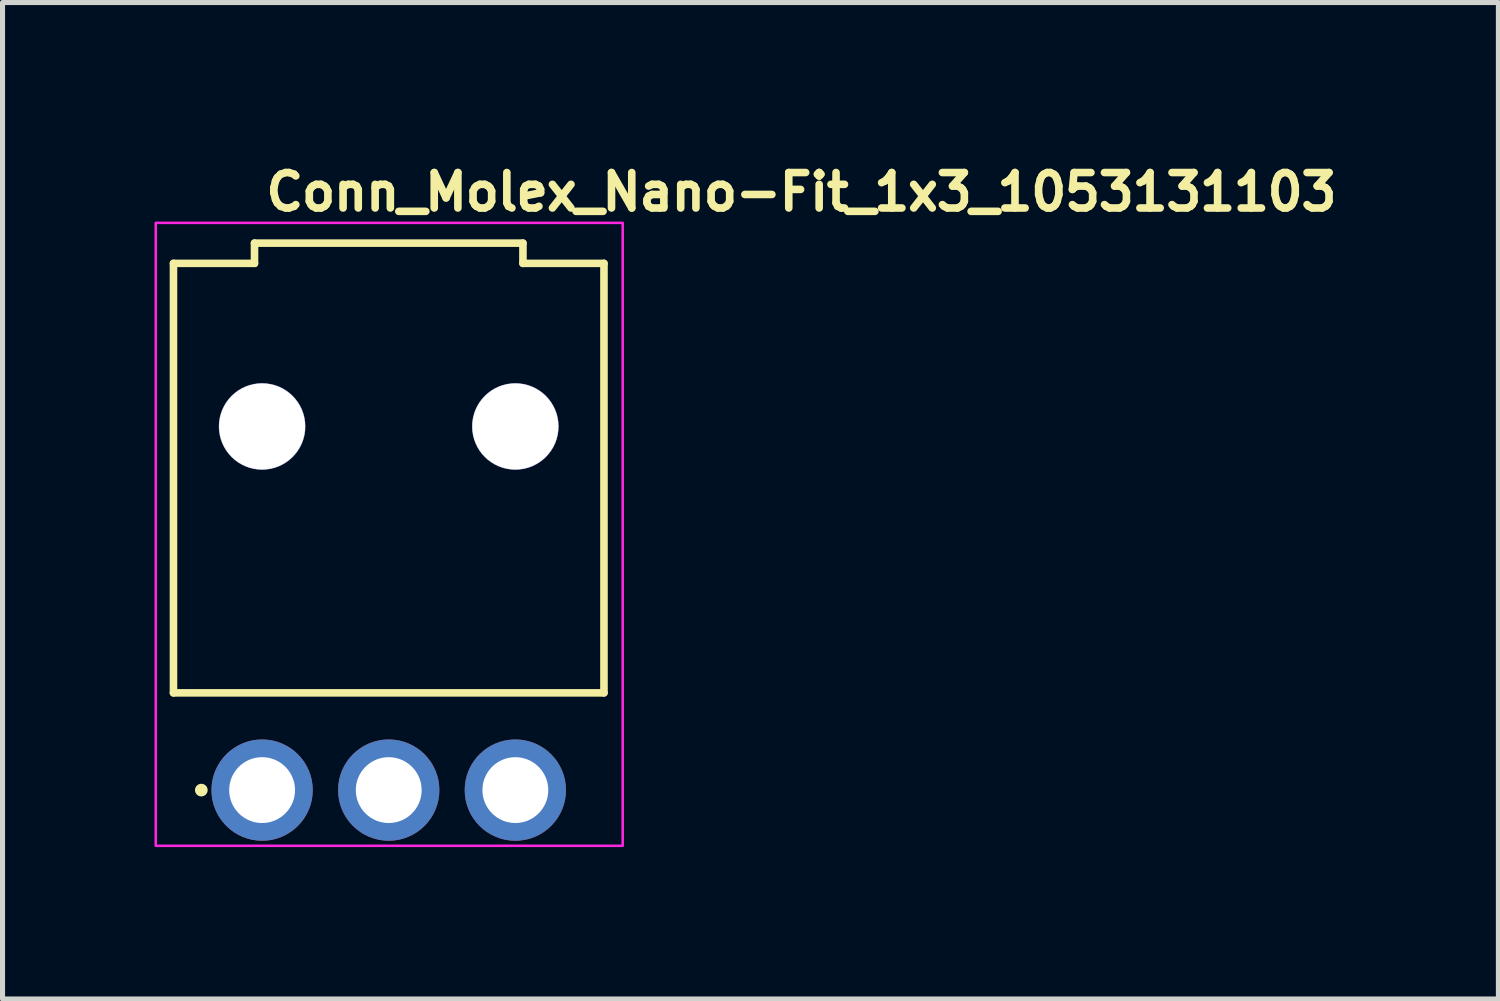
<source format=kicad_pcb>
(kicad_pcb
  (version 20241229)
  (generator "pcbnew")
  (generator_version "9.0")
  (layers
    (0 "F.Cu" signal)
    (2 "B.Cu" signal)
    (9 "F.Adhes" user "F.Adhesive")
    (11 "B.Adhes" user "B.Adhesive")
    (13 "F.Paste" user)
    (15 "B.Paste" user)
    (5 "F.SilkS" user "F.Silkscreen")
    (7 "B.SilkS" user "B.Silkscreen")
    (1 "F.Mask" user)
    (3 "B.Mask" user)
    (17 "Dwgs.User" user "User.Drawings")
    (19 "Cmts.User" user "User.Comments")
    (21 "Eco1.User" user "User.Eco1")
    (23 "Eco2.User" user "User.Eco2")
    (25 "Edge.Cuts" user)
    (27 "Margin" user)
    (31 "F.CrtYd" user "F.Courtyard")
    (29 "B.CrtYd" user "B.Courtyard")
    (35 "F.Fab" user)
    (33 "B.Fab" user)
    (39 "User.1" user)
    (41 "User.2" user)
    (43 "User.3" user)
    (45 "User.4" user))
  (footprint "Conn_Molex_Nano-Fit_1x3_1053131103"
    (layer "F.Cu")
    (at 2.125 12.55)
    (property "Reference" "Conn_Molex_Nano-Fit_1x3_1053131103" (at 0 -11.4 0) (layer "F.SilkS") (effects (font (size 0.7 0.7) (thickness 0.15)) (justify left bottom)))
    (attr through_hole)
    (fp_line (start -1.75 -1.92) (end -1.75 -10.4) (stroke (width 0.15) (type solid)) (layer "F.SilkS"))
    (fp_line (start -0.15 -10.8) (end -0.15 -10.4) (stroke (width 0.15) (type solid)) (layer "F.SilkS"))
    (fp_line (start -0.15 -10.4) (end -1.75 -10.4) (stroke (width 0.15) (type solid)) (layer "F.SilkS"))
    (fp_line (start 5.15 -10.8) (end -0.15 -10.8) (stroke (width 0.15) (type solid)) (layer "F.SilkS"))
    (fp_line (start 5.15 -10.8) (end 5.15 -10.4) (stroke (width 0.15) (type solid)) (layer "F.SilkS"))
    (fp_line (start 6.75 -10.4) (end 5.15 -10.4) (stroke (width 0.15) (type solid)) (layer "F.SilkS"))
    (fp_line (start 6.75 -1.92) (end -1.75 -1.92) (stroke (width 0.15) (type solid)) (layer "F.SilkS"))
    (fp_line (start 6.75 -1.92) (end 6.75 -10.4) (stroke (width 0.15) (type solid)) (layer "F.SilkS"))
    (fp_circle (center -1.2 0) (end -1.25 0) (stroke (width 0.15) (type solid)) (fill yes) (layer "F.SilkS"))
    (fp_rect (start 7.12 1.1) (end -2.1 -11.2) (stroke (width 0.05) (type solid)) (fill no) (layer "F.CrtYd"))
    (fp_rect (start 6.72 0.6) (end -1.719 -11.84) (stroke (width 0.1) (type solid)) (fill no) (layer "User.5"))
    (fp_line (start -1.719 -10.38) (end -1.719 -1.92) (stroke (width 0.02) (type solid)) (layer "User.9"))
    (fp_line (start -1.719 -1.92) (end 6.72 -1.92) (stroke (width 0.02) (type solid)) (layer "User.9"))
    (fp_line (start -0.6 0) (end -0.597 -0.038) (stroke (width 0.02) (type solid)) (layer "User.9"))
    (fp_line (start -0.599 0.03) (end -0.6 0) (stroke (width 0.02) (type solid)) (layer "User.9"))
    (fp_line (start -0.597 -0.038) (end -0.595 -0.076) (stroke (width 0.02) (type solid)) (layer "User.9"))
    (fp_line (start -0.596 0.061) (end -0.599 0.03) (stroke (width 0.02) (type solid)) (layer "User.9"))
    (fp_line (start -0.595 -0.076) (end -0.588 -0.114) (stroke (width 0.02) (type solid)) (layer "User.9"))
    (fp_line (start -0.593 0.091) (end -0.596 0.061) (stroke (width 0.02) (type solid)) (layer "User.9"))
    (fp_line (start -0.588 -0.114) (end -0.58 -0.151) (stroke (width 0.02) (type solid)) (layer "User.9"))
    (fp_line (start -0.587 0.12) (end -0.593 0.091) (stroke (width 0.02) (type solid)) (layer "User.9"))
    (fp_line (start -0.581 0.149) (end -0.587 0.12) (stroke (width 0.02) (type solid)) (layer "User.9"))
    (fp_line (start -0.58 -0.151) (end -0.568 -0.187) (stroke (width 0.02) (type solid)) (layer "User.9"))
    (fp_line (start -0.572 0.178) (end -0.581 0.149) (stroke (width 0.02) (type solid)) (layer "User.9"))
    (fp_line (start -0.568 -0.187) (end -0.556 -0.223) (stroke (width 0.02) (type solid)) (layer "User.9"))
    (fp_line (start -0.563 0.206) (end -0.572 0.178) (stroke (width 0.02) (type solid)) (layer "User.9"))
    (fp_line (start -0.556 -0.223) (end -0.54 -0.257) (stroke (width 0.02) (type solid)) (layer "User.9"))
    (fp_line (start -0.552 0.233) (end -0.563 0.206) (stroke (width 0.02) (type solid)) (layer "User.9"))
    (fp_line (start -0.54 -0.257) (end -0.524 -0.291) (stroke (width 0.02) (type solid)) (layer "User.9"))
    (fp_line (start -0.54 0.26) (end -0.552 0.233) (stroke (width 0.02) (type solid)) (layer "User.9"))
    (fp_line (start -0.527 0.285) (end -0.54 0.26) (stroke (width 0.02) (type solid)) (layer "User.9"))
    (fp_line (start -0.524 -0.291) (end -0.504 -0.323) (stroke (width 0.02) (type solid)) (layer "User.9"))
    (fp_line (start -0.512 0.311) (end -0.527 0.285) (stroke (width 0.02) (type solid)) (layer "User.9"))
    (fp_line (start -0.504 -0.323) (end -0.484 -0.354) (stroke (width 0.02) (type solid)) (layer "User.9"))
    (fp_line (start -0.496 0.335) (end -0.512 0.311) (stroke (width 0.02) (type solid)) (layer "User.9"))
    (fp_line (start -0.484 -0.354) (end -0.459 -0.384) (stroke (width 0.02) (type solid)) (layer "User.9"))
    (fp_line (start -0.48 0.358) (end -0.496 0.335) (stroke (width 0.02) (type solid)) (layer "User.9"))
    (fp_line (start -0.462 0.381) (end -0.48 0.358) (stroke (width 0.02) (type solid)) (layer "User.9"))
    (fp_line (start -0.459 -0.384) (end -0.435 -0.412) (stroke (width 0.02) (type solid)) (layer "User.9"))
    (fp_line (start -0.443 0.403) (end -0.462 0.381) (stroke (width 0.02) (type solid)) (layer "User.9"))
    (fp_line (start -0.435 -0.412) (end -0.407 -0.439) (stroke (width 0.02) (type solid)) (layer "User.9"))
    (fp_line (start -0.423 0.424) (end -0.443 0.403) (stroke (width 0.02) (type solid)) (layer "User.9"))
    (fp_line (start -0.407 -0.439) (end -0.379 -0.464) (stroke (width 0.02) (type solid)) (layer "User.9"))
    (fp_line (start -0.403 0.443) (end -0.423 0.424) (stroke (width 0.02) (type solid)) (layer "User.9"))
    (fp_line (start -0.381 0.462) (end -0.403 0.443) (stroke (width 0.02) (type solid)) (layer "User.9"))
    (fp_line (start -0.379 -0.464) (end -0.349 -0.487) (stroke (width 0.02) (type solid)) (layer "User.9"))
    (fp_line (start -0.358 0.48) (end -0.381 0.462) (stroke (width 0.02) (type solid)) (layer "User.9"))
    (fp_line (start -0.349 -0.487) (end -0.317 -0.509) (stroke (width 0.02) (type solid)) (layer "User.9"))
    (fp_line (start -0.334 0.497) (end -0.358 0.48) (stroke (width 0.02) (type solid)) (layer "User.9"))
    (fp_line (start -0.317 -0.617) (end -0.317 -1.92) (stroke (width 0.02) (type solid)) (layer "User.9"))
    (fp_line (start -0.317 0.043) (end -0.317 -0.617) (stroke (width 0.02) (type solid)) (layer "User.9"))
    (fp_line (start -0.317 0.043) (end -0.317 0.043) (stroke (width 0.02) (type solid)) (layer "User.9"))
    (fp_line (start -0.317 0.113) (end -0.317 0.043) (stroke (width 0.02) (type solid)) (layer "User.9"))
    (fp_line (start -0.317 0.113) (end -0.317 0.113) (stroke (width 0.02) (type solid)) (layer "User.9"))
    (fp_line (start -0.317 0.174) (end -0.317 0.113) (stroke (width 0.02) (type solid)) (layer "User.9"))
    (fp_line (start -0.317 0.174) (end -0.317 0.174) (stroke (width 0.02) (type solid)) (layer "User.9"))
    (fp_line (start -0.317 0.224) (end -0.317 0.174) (stroke (width 0.02) (type solid)) (layer "User.9"))
    (fp_line (start -0.317 0.224) (end -0.317 0.224) (stroke (width 0.02) (type solid)) (layer "User.9"))
    (fp_line (start -0.317 0.265) (end -0.317 0.224) (stroke (width 0.02) (type solid)) (layer "User.9"))
    (fp_line (start -0.317 0.265) (end -0.317 0.265) (stroke (width 0.02) (type solid)) (layer "User.9"))
    (fp_line (start -0.317 0.294) (end -0.317 0.265) (stroke (width 0.02) (type solid)) (layer "User.9"))
    (fp_line (start -0.317 0.294) (end -0.317 0.294) (stroke (width 0.02) (type solid)) (layer "User.9"))
    (fp_line (start -0.317 0.311) (end -0.317 0.294) (stroke (width 0.02) (type solid)) (layer "User.9"))
    (fp_line (start -0.317 0.311) (end -0.317 0.311) (stroke (width 0.02) (type solid)) (layer "User.9"))
    (fp_line (start -0.317 0.317) (end -0.317 0.311) (stroke (width 0.02) (type solid)) (layer "User.9"))
    (fp_line (start -0.31 0.512) (end -0.334 0.497) (stroke (width 0.02) (type solid)) (layer "User.9"))
    (fp_line (start -0.285 0.527) (end -0.31 0.512) (stroke (width 0.02) (type solid)) (layer "User.9"))
    (fp_line (start -0.26 0.54) (end -0.285 0.527) (stroke (width 0.02) (type solid)) (layer "User.9"))
    (fp_line (start -0.233 0.552) (end -0.26 0.54) (stroke (width 0.02) (type solid)) (layer "User.9"))
    (fp_line (start -0.205 0.563) (end -0.233 0.552) (stroke (width 0.02) (type solid)) (layer "User.9"))
    (fp_line (start -0.177 0.572) (end -0.205 0.563) (stroke (width 0.02) (type solid)) (layer "User.9"))
    (fp_line (start -0.149 0.58) (end -0.177 0.572) (stroke (width 0.02) (type solid)) (layer "User.9"))
    (fp_line (start -0.12 0.587) (end -0.149 0.58) (stroke (width 0.02) (type solid)) (layer "User.9"))
    (fp_line (start -0.1 -11.84) (end 0.149 -11.84) (stroke (width 0.02) (type solid)) (layer "User.9"))
    (fp_line (start -0.1 -10.38) (end -1.719 -10.38) (stroke (width 0.02) (type solid)) (layer "User.9"))
    (fp_line (start -0.1 -5.63) (end -0.1 -11.84) (stroke (width 0.02) (type solid)) (layer "User.9"))
    (fp_line (start -0.1 -5.63) (end -0.099 -5.617) (stroke (width 0.02) (type solid)) (layer "User.9"))
    (fp_line (start -0.1 -5.63) (end 0.149 -5.63) (stroke (width 0.02) (type solid)) (layer "User.9"))
    (fp_line (start -0.099 -5.617) (end -0.097 -5.605) (stroke (width 0.02) (type solid)) (layer "User.9"))
    (fp_line (start -0.097 -5.605) (end -0.096 -5.593) (stroke (width 0.02) (type solid)) (layer "User.9"))
    (fp_line (start -0.096 -5.593) (end -0.095 -5.581) (stroke (width 0.02) (type solid)) (layer "User.9"))
    (fp_line (start -0.095 -5.581) (end -0.092 -5.569) (stroke (width 0.02) (type solid)) (layer "User.9"))
    (fp_line (start -0.092 -5.569) (end -0.088 -5.557) (stroke (width 0.02) (type solid)) (layer "User.9"))
    (fp_line (start -0.091 0.592) (end -0.12 0.587) (stroke (width 0.02) (type solid)) (layer "User.9"))
    (fp_line (start -0.088 -5.557) (end -0.084 -5.545) (stroke (width 0.02) (type solid)) (layer "User.9"))
    (fp_line (start -0.084 -5.545) (end -0.08 -5.534) (stroke (width 0.02) (type solid)) (layer "User.9"))
    (fp_line (start -0.08 -5.534) (end -0.076 -5.523) (stroke (width 0.02) (type solid)) (layer "User.9"))
    (fp_line (start -0.076 -5.523) (end -0.069 -5.512) (stroke (width 0.02) (type solid)) (layer "User.9"))
    (fp_line (start -0.069 -5.512) (end -0.064 -5.501) (stroke (width 0.02) (type solid)) (layer "User.9"))
    (fp_line (start -0.064 -5.501) (end -0.056 -5.491) (stroke (width 0.02) (type solid)) (layer "User.9"))
    (fp_line (start -0.06 0.596) (end -0.091 0.592) (stroke (width 0.02) (type solid)) (layer "User.9"))
    (fp_line (start -0.056 -5.491) (end -0.05 -5.481) (stroke (width 0.02) (type solid)) (layer "User.9"))
    (fp_line (start -0.05 -5.481) (end -0.043 -5.471) (stroke (width 0.02) (type solid)) (layer "User.9"))
    (fp_line (start -0.043 -5.471) (end -0.035 -5.462) (stroke (width 0.02) (type solid)) (layer "User.9"))
    (fp_line (start -0.035 -5.462) (end -0.026 -5.453) (stroke (width 0.02) (type solid)) (layer "User.9"))
    (fp_line (start -0.03 0.599) (end -0.06 0.596) (stroke (width 0.02) (type solid)) (layer "User.9"))
    (fp_line (start -0.026 -5.453) (end -0.026 -5.453) (stroke (width 0.02) (type solid)) (layer "User.9"))
    (fp_line (start -0.026 -5.453) (end -0.016 -5.444) (stroke (width 0.02) (type solid)) (layer "User.9"))
    (fp_line (start -0.016 -5.444) (end -0.008 -5.436) (stroke (width 0.02) (type solid)) (layer "User.9"))
    (fp_line (start -0.008 -5.436) (end 0.001 -5.429) (stroke (width 0.02) (type solid)) (layer "User.9"))
    (fp_line (start 0 0.599) (end -0.03 0.599) (stroke (width 0.02) (type solid)) (layer "User.9"))
    (fp_line (start 0 0.599) (end 0 0.599) (stroke (width 0.02) (type solid)) (layer "User.9"))
    (fp_line (start 0.001 -5.429) (end 0.012 -5.422) (stroke (width 0.02) (type solid)) (layer "User.9"))
    (fp_line (start 0.012 -5.422) (end 0.021 -5.415) (stroke (width 0.02) (type solid)) (layer "User.9"))
    (fp_line (start 0.021 -5.415) (end 0.032 -5.409) (stroke (width 0.02) (type solid)) (layer "User.9"))
    (fp_line (start 0.031 0.599) (end 0 0.599) (stroke (width 0.02) (type solid)) (layer "User.9"))
    (fp_line (start 0.032 -5.409) (end 0.044 -5.403) (stroke (width 0.02) (type solid)) (layer "User.9"))
    (fp_line (start 0.044 -5.403) (end 0.055 -5.399) (stroke (width 0.02) (type solid)) (layer "User.9"))
    (fp_line (start 0.055 -5.399) (end 0.065 -5.394) (stroke (width 0.02) (type solid)) (layer "User.9"))
    (fp_line (start 0.061 0.596) (end 0.031 0.599) (stroke (width 0.02) (type solid)) (layer "User.9"))
    (fp_line (start 0.065 -5.394) (end 0.077 -5.39) (stroke (width 0.02) (type solid)) (layer "User.9"))
    (fp_line (start 0.077 -5.39) (end 0.089 -5.387) (stroke (width 0.02) (type solid)) (layer "User.9"))
    (fp_line (start 0.089 -5.387) (end 0.1 -5.384) (stroke (width 0.02) (type solid)) (layer "User.9"))
    (fp_line (start 0.092 0.592) (end 0.061 0.596) (stroke (width 0.02) (type solid)) (layer "User.9"))
    (fp_line (start 0.1 -5.384) (end 0.113 -5.382) (stroke (width 0.02) (type solid)) (layer "User.9"))
    (fp_line (start 0.113 -5.382) (end 0.125 -5.381) (stroke (width 0.02) (type solid)) (layer "User.9"))
    (fp_line (start 0.121 0.587) (end 0.092 0.592) (stroke (width 0.02) (type solid)) (layer "User.9"))
    (fp_line (start 0.125 -5.381) (end 0.137 -5.38) (stroke (width 0.02) (type solid)) (layer "User.9"))
    (fp_line (start 0.137 -5.38) (end 0.149 -5.38) (stroke (width 0.02) (type solid)) (layer "User.9"))
    (fp_line (start 0.149 0.58) (end 0.121 0.587) (stroke (width 0.02) (type solid)) (layer "User.9"))
    (fp_line (start 0.178 0.572) (end 0.149 0.58) (stroke (width 0.02) (type solid)) (layer "User.9"))
    (fp_line (start 0.206 0.563) (end 0.178 0.572) (stroke (width 0.02) (type solid)) (layer "User.9"))
    (fp_line (start 0.233 0.552) (end 0.206 0.563) (stroke (width 0.02) (type solid)) (layer "User.9"))
    (fp_line (start 0.261 0.54) (end 0.233 0.552) (stroke (width 0.02) (type solid)) (layer "User.9"))
    (fp_line (start 0.286 0.527) (end 0.261 0.54) (stroke (width 0.02) (type solid)) (layer "User.9"))
    (fp_line (start 0.311 0.512) (end 0.286 0.527) (stroke (width 0.02) (type solid)) (layer "User.9"))
    (fp_line (start 0.318 -0.617) (end 0.318 -1.92) (stroke (width 0.02) (type solid)) (layer "User.9"))
    (fp_line (start 0.318 -0.509) (end 0.334 -0.498) (stroke (width 0.02) (type solid)) (layer "User.9"))
    (fp_line (start 0.318 0.043) (end 0.318 -0.617) (stroke (width 0.02) (type solid)) (layer "User.9"))
    (fp_line (start 0.318 0.043) (end 0.318 0.043) (stroke (width 0.02) (type solid)) (layer "User.9"))
    (fp_line (start 0.318 0.113) (end 0.318 0.043) (stroke (width 0.02) (type solid)) (layer "User.9"))
    (fp_line (start 0.318 0.113) (end 0.318 0.113) (stroke (width 0.02) (type solid)) (layer "User.9"))
    (fp_line (start 0.318 0.174) (end 0.318 0.113) (stroke (width 0.02) (type solid)) (layer "User.9"))
    (fp_line (start 0.318 0.174) (end 0.318 0.174) (stroke (width 0.02) (type solid)) (layer "User.9"))
    (fp_line (start 0.318 0.224) (end 0.318 0.174) (stroke (width 0.02) (type solid)) (layer "User.9"))
    (fp_line (start 0.318 0.224) (end 0.318 0.224) (stroke (width 0.02) (type solid)) (layer "User.9"))
    (fp_line (start 0.318 0.265) (end 0.318 0.224) (stroke (width 0.02) (type solid)) (layer "User.9"))
    (fp_line (start 0.318 0.265) (end 0.318 0.265) (stroke (width 0.02) (type solid)) (layer "User.9"))
    (fp_line (start 0.318 0.294) (end 0.318 0.265) (stroke (width 0.02) (type solid)) (layer "User.9"))
    (fp_line (start 0.318 0.294) (end 0.318 0.294) (stroke (width 0.02) (type solid)) (layer "User.9"))
    (fp_line (start 0.318 0.311) (end 0.318 0.294) (stroke (width 0.02) (type solid)) (layer "User.9"))
    (fp_line (start 0.318 0.311) (end 0.318 0.311) (stroke (width 0.02) (type solid)) (layer "User.9"))
    (fp_line (start 0.318 0.317) (end -0.317 0.317) (stroke (width 0.02) (type solid)) (layer "User.9"))
    (fp_line (start 0.318 0.317) (end 0.318 0.311) (stroke (width 0.02) (type solid)) (layer "User.9"))
    (fp_line (start 0.334 -0.498) (end 0.35 -0.487) (stroke (width 0.02) (type solid)) (layer "User.9"))
    (fp_line (start 0.335 0.497) (end 0.311 0.512) (stroke (width 0.02) (type solid)) (layer "User.9"))
    (fp_line (start 0.35 -0.487) (end 0.366 -0.476) (stroke (width 0.02) (type solid)) (layer "User.9"))
    (fp_line (start 0.359 0.48) (end 0.335 0.497) (stroke (width 0.02) (type solid)) (layer "User.9"))
    (fp_line (start 0.366 -0.476) (end 0.38 -0.464) (stroke (width 0.02) (type solid)) (layer "User.9"))
    (fp_line (start 0.38 -0.464) (end 0.395 -0.451) (stroke (width 0.02) (type solid)) (layer "User.9"))
    (fp_line (start 0.382 0.462) (end 0.359 0.48) (stroke (width 0.02) (type solid)) (layer "User.9"))
    (fp_line (start 0.395 -0.451) (end 0.408 -0.439) (stroke (width 0.02) (type solid)) (layer "User.9"))
    (fp_line (start 0.403 0.443) (end 0.382 0.462) (stroke (width 0.02) (type solid)) (layer "User.9"))
    (fp_line (start 0.408 -0.439) (end 0.435 -0.412) (stroke (width 0.02) (type solid)) (layer "User.9"))
    (fp_line (start 0.424 0.424) (end 0.403 0.443) (stroke (width 0.02) (type solid)) (layer "User.9"))
    (fp_line (start 0.435 -0.412) (end 0.46 -0.384) (stroke (width 0.02) (type solid)) (layer "User.9"))
    (fp_line (start 0.444 0.403) (end 0.424 0.424) (stroke (width 0.02) (type solid)) (layer "User.9"))
    (fp_line (start 0.46 -0.384) (end 0.484 -0.354) (stroke (width 0.02) (type solid)) (layer "User.9"))
    (fp_line (start 0.463 0.381) (end 0.444 0.403) (stroke (width 0.02) (type solid)) (layer "User.9"))
    (fp_line (start 0.48 0.358) (end 0.463 0.381) (stroke (width 0.02) (type solid)) (layer "User.9"))
    (fp_line (start 0.484 -0.354) (end 0.506 -0.323) (stroke (width 0.02) (type solid)) (layer "User.9"))
    (fp_line (start 0.497 0.335) (end 0.48 0.358) (stroke (width 0.02) (type solid)) (layer "User.9"))
    (fp_line (start 0.506 -0.323) (end 0.524 -0.291) (stroke (width 0.02) (type solid)) (layer "User.9"))
    (fp_line (start 0.514 0.311) (end 0.497 0.335) (stroke (width 0.02) (type solid)) (layer "User.9"))
    (fp_line (start 0.524 -0.291) (end 0.542 -0.257) (stroke (width 0.02) (type solid)) (layer "User.9"))
    (fp_line (start 0.528 0.285) (end 0.514 0.311) (stroke (width 0.02) (type solid)) (layer "User.9"))
    (fp_line (start 0.54 0.26) (end 0.528 0.285) (stroke (width 0.02) (type solid)) (layer "User.9"))
    (fp_line (start 0.542 -0.257) (end 0.556 -0.223) (stroke (width 0.02) (type solid)) (layer "User.9"))
    (fp_line (start 0.552 0.233) (end 0.54 0.26) (stroke (width 0.02) (type solid)) (layer "User.9"))
    (fp_line (start 0.556 -0.223) (end 0.57 -0.187) (stroke (width 0.02) (type solid)) (layer "User.9"))
    (fp_line (start 0.564 0.206) (end 0.552 0.233) (stroke (width 0.02) (type solid)) (layer "User.9"))
    (fp_line (start 0.57 -0.187) (end 0.581 -0.151) (stroke (width 0.02) (type solid)) (layer "User.9"))
    (fp_line (start 0.572 0.178) (end 0.564 0.206) (stroke (width 0.02) (type solid)) (layer "User.9"))
    (fp_line (start 0.581 -0.151) (end 0.589 -0.114) (stroke (width 0.02) (type solid)) (layer "User.9"))
    (fp_line (start 0.581 0.149) (end 0.572 0.178) (stroke (width 0.02) (type solid)) (layer "User.9"))
    (fp_line (start 0.587 0.12) (end 0.581 0.149) (stroke (width 0.02) (type solid)) (layer "User.9"))
    (fp_line (start 0.589 -0.114) (end 0.593 -0.095) (stroke (width 0.02) (type solid)) (layer "User.9"))
    (fp_line (start 0.593 -0.095) (end 0.595 -0.076) (stroke (width 0.02) (type solid)) (layer "User.9"))
    (fp_line (start 0.593 0.091) (end 0.587 0.12) (stroke (width 0.02) (type solid)) (layer "User.9"))
    (fp_line (start 0.595 -0.076) (end 0.597 -0.057) (stroke (width 0.02) (type solid)) (layer "User.9"))
    (fp_line (start 0.597 -0.057) (end 0.599 -0.038) (stroke (width 0.02) (type solid)) (layer "User.9"))
    (fp_line (start 0.597 0.061) (end 0.593 0.091) (stroke (width 0.02) (type solid)) (layer "User.9"))
    (fp_line (start 0.599 -0.038) (end 0.599 -0.019) (stroke (width 0.02) (type solid)) (layer "User.9"))
    (fp_line (start 0.599 -0.019) (end 0.601 0) (stroke (width 0.02) (type solid)) (layer "User.9"))
    (fp_line (start 0.599 0.03) (end 0.597 0.061) (stroke (width 0.02) (type solid)) (layer "User.9"))
    (fp_line (start 0.601 0) (end 0.599 0.03) (stroke (width 0.02) (type solid)) (layer "User.9"))
    (fp_line (start 1.349 -5.84) (end 3.65 -5.84) (stroke (width 0.02) (type solid)) (layer "User.9"))
    (fp_line (start 1.349 -5.63) (end 1.349 -10.24) (stroke (width 0.02) (type solid)) (layer "User.9"))
    (fp_line (start 1.349 -5.38) (end 0.149 -5.38) (stroke (width 0.02) (type solid)) (layer "User.9"))
    (fp_line (start 1.349 -5.38) (end 1.349 -5.63) (stroke (width 0.02) (type solid)) (layer "User.9"))
    (fp_line (start 1.349 -5.38) (end 3.65 -5.38) (stroke (width 0.02) (type solid)) (layer "User.9"))
    (fp_line (start 1.351 -10.269) (end 1.351 -10.254) (stroke (width 0.02) (type solid)) (layer "User.9"))
    (fp_line (start 1.351 -10.254) (end 1.349 -10.24) (stroke (width 0.02) (type solid)) (layer "User.9"))
    (fp_line (start 1.353 -10.284) (end 1.351 -10.269) (stroke (width 0.02) (type solid)) (layer "User.9"))
    (fp_line (start 1.355 -10.298) (end 1.353 -10.284) (stroke (width 0.02) (type solid)) (layer "User.9"))
    (fp_line (start 1.359 -10.313) (end 1.355 -10.298) (stroke (width 0.02) (type solid)) (layer "User.9"))
    (fp_line (start 1.363 -10.327) (end 1.359 -10.313) (stroke (width 0.02) (type solid)) (layer "User.9"))
    (fp_line (start 1.367 -10.341) (end 1.363 -10.327) (stroke (width 0.02) (type solid)) (layer "User.9"))
    (fp_line (start 1.373 -10.354) (end 1.367 -10.341) (stroke (width 0.02) (type solid)) (layer "User.9"))
    (fp_line (start 1.379 -10.368) (end 1.373 -10.354) (stroke (width 0.02) (type solid)) (layer "User.9"))
    (fp_line (start 1.385 -10.381) (end 1.379 -10.368) (stroke (width 0.02) (type solid)) (layer "User.9"))
    (fp_line (start 1.393 -10.394) (end 1.385 -10.381) (stroke (width 0.02) (type solid)) (layer "User.9"))
    (fp_line (start 1.401 -10.406) (end 1.393 -10.394) (stroke (width 0.02) (type solid)) (layer "User.9"))
    (fp_line (start 1.409 -10.418) (end 1.401 -10.406) (stroke (width 0.02) (type solid)) (layer "User.9"))
    (fp_line (start 1.418 -10.43) (end 1.409 -10.418) (stroke (width 0.02) (type solid)) (layer "User.9"))
    (fp_line (start 1.428 -10.441) (end 1.418 -10.43) (stroke (width 0.02) (type solid)) (layer "User.9"))
    (fp_line (start 1.438 -10.452) (end 1.428 -10.441) (stroke (width 0.02) (type solid)) (layer "User.9"))
    (fp_line (start 1.438 -10.452) (end 1.438 -10.452) (stroke (width 0.02) (type solid)) (layer "User.9"))
    (fp_line (start 1.449 -10.462) (end 1.438 -10.452) (stroke (width 0.02) (type solid)) (layer "User.9"))
    (fp_line (start 1.46 -10.472) (end 1.449 -10.462) (stroke (width 0.02) (type solid)) (layer "User.9"))
    (fp_line (start 1.472 -10.481) (end 1.46 -10.472) (stroke (width 0.02) (type solid)) (layer "User.9"))
    (fp_line (start 1.484 -10.489) (end 1.472 -10.481) (stroke (width 0.02) (type solid)) (layer "User.9"))
    (fp_line (start 1.496 -10.497) (end 1.484 -10.489) (stroke (width 0.02) (type solid)) (layer "User.9"))
    (fp_line (start 1.508 -10.504) (end 1.496 -10.497) (stroke (width 0.02) (type solid)) (layer "User.9"))
    (fp_line (start 1.522 -10.511) (end 1.508 -10.504) (stroke (width 0.02) (type solid)) (layer "User.9"))
    (fp_line (start 1.536 -10.517) (end 1.522 -10.511) (stroke (width 0.02) (type solid)) (layer "User.9"))
    (fp_line (start 1.549 -10.522) (end 1.536 -10.517) (stroke (width 0.02) (type solid)) (layer "User.9"))
    (fp_line (start 1.563 -10.527) (end 1.549 -10.522) (stroke (width 0.02) (type solid)) (layer "User.9"))
    (fp_line (start 1.577 -10.53) (end 1.563 -10.527) (stroke (width 0.02) (type solid)) (layer "User.9"))
    (fp_line (start 1.592 -10.534) (end 1.577 -10.53) (stroke (width 0.02) (type solid)) (layer "User.9"))
    (fp_line (start 1.605 -10.536) (end 1.592 -10.534) (stroke (width 0.02) (type solid)) (layer "User.9"))
    (fp_line (start 1.621 -10.538) (end 1.605 -10.536) (stroke (width 0.02) (type solid)) (layer "User.9"))
    (fp_line (start 1.636 -10.539) (end 1.621 -10.538) (stroke (width 0.02) (type solid)) (layer "User.9"))
    (fp_line (start 1.649 -10.539) (end 1.636 -10.539) (stroke (width 0.02) (type solid)) (layer "User.9"))
    (fp_line (start 1.899 0) (end 1.902 -0.038) (stroke (width 0.02) (type solid)) (layer "User.9"))
    (fp_line (start 1.901 0.02) (end 1.899 0) (stroke (width 0.02) (type solid)) (layer "User.9"))
    (fp_line (start 1.902 -0.038) (end 1.905 -0.076) (stroke (width 0.02) (type solid)) (layer "User.9"))
    (fp_line (start 1.902 0.039) (end 1.901 0.02) (stroke (width 0.02) (type solid)) (layer "User.9"))
    (fp_line (start 1.903 0.059) (end 1.902 0.039) (stroke (width 0.02) (type solid)) (layer "User.9"))
    (fp_line (start 1.905 -0.076) (end 1.911 -0.114) (stroke (width 0.02) (type solid)) (layer "User.9"))
    (fp_line (start 1.906 0.079) (end 1.903 0.059) (stroke (width 0.02) (type solid)) (layer "User.9"))
    (fp_line (start 1.909 0.099) (end 1.906 0.079) (stroke (width 0.02) (type solid)) (layer "User.9"))
    (fp_line (start 1.911 -0.114) (end 1.92 -0.151) (stroke (width 0.02) (type solid)) (layer "User.9"))
    (fp_line (start 1.911 0.118) (end 1.909 0.099) (stroke (width 0.02) (type solid)) (layer "User.9"))
    (fp_line (start 1.915 0.137) (end 1.911 0.118) (stroke (width 0.02) (type solid)) (layer "User.9"))
    (fp_line (start 1.92 -0.151) (end 1.931 -0.187) (stroke (width 0.02) (type solid)) (layer "User.9"))
    (fp_line (start 1.921 0.156) (end 1.915 0.137) (stroke (width 0.02) (type solid)) (layer "User.9"))
    (fp_line (start 1.927 0.175) (end 1.921 0.156) (stroke (width 0.02) (type solid)) (layer "User.9"))
    (fp_line (start 1.931 -0.187) (end 1.944 -0.223) (stroke (width 0.02) (type solid)) (layer "User.9"))
    (fp_line (start 1.932 0.193) (end 1.927 0.175) (stroke (width 0.02) (type solid)) (layer "User.9"))
    (fp_line (start 1.939 0.212) (end 1.932 0.193) (stroke (width 0.02) (type solid)) (layer "User.9"))
    (fp_line (start 1.944 -0.223) (end 1.959 -0.257) (stroke (width 0.02) (type solid)) (layer "User.9"))
    (fp_line (start 1.946 0.23) (end 1.939 0.212) (stroke (width 0.02) (type solid)) (layer "User.9"))
    (fp_line (start 1.954 0.248) (end 1.946 0.23) (stroke (width 0.02) (type solid)) (layer "User.9"))
    (fp_line (start 1.959 -0.257) (end 1.976 -0.291) (stroke (width 0.02) (type solid)) (layer "User.9"))
    (fp_line (start 1.963 0.265) (end 1.954 0.248) (stroke (width 0.02) (type solid)) (layer "User.9"))
    (fp_line (start 1.971 0.283) (end 1.963 0.265) (stroke (width 0.02) (type solid)) (layer "User.9"))
    (fp_line (start 1.976 -0.291) (end 1.995 -0.323) (stroke (width 0.02) (type solid)) (layer "User.9"))
    (fp_line (start 1.98 0.3) (end 1.971 0.283) (stroke (width 0.02) (type solid)) (layer "User.9"))
    (fp_line (start 1.991 0.316) (end 1.98 0.3) (stroke (width 0.02) (type solid)) (layer "User.9"))
    (fp_line (start 1.995 -0.323) (end 2.016 -0.354) (stroke (width 0.02) (type solid)) (layer "User.9"))
    (fp_line (start 2 0.332) (end 1.991 0.316) (stroke (width 0.02) (type solid)) (layer "User.9"))
    (fp_line (start 2.012 0.348) (end 2 0.332) (stroke (width 0.02) (type solid)) (layer "User.9"))
    (fp_line (start 2.016 -0.354) (end 2.04 -0.384) (stroke (width 0.02) (type solid)) (layer "User.9"))
    (fp_line (start 2.024 0.364) (end 2.012 0.348) (stroke (width 0.02) (type solid)) (layer "User.9"))
    (fp_line (start 2.036 0.379) (end 2.024 0.364) (stroke (width 0.02) (type solid)) (layer "User.9"))
    (fp_line (start 2.04 -0.384) (end 2.065 -0.412) (stroke (width 0.02) (type solid)) (layer "User.9"))
    (fp_line (start 2.049 0.394) (end 2.036 0.379) (stroke (width 0.02) (type solid)) (layer "User.9"))
    (fp_line (start 2.062 0.409) (end 2.049 0.394) (stroke (width 0.02) (type solid)) (layer "User.9"))
    (fp_line (start 2.065 -0.412) (end 2.092 -0.439) (stroke (width 0.02) (type solid)) (layer "User.9"))
    (fp_line (start 2.075 0.423) (end 2.062 0.409) (stroke (width 0.02) (type solid)) (layer "User.9"))
    (fp_line (start 2.089 0.437) (end 2.075 0.423) (stroke (width 0.02) (type solid)) (layer "User.9"))
    (fp_line (start 2.092 -0.439) (end 2.12 -0.464) (stroke (width 0.02) (type solid)) (layer "User.9"))
    (fp_line (start 2.104 0.45) (end 2.089 0.437) (stroke (width 0.02) (type solid)) (layer "User.9"))
    (fp_line (start 2.118 0.463) (end 2.104 0.45) (stroke (width 0.02) (type solid)) (layer "User.9"))
    (fp_line (start 2.12 -0.464) (end 2.15 -0.487) (stroke (width 0.02) (type solid)) (layer "User.9"))
    (fp_line (start 2.134 0.475) (end 2.118 0.463) (stroke (width 0.02) (type solid)) (layer "User.9"))
    (fp_line (start 2.15 -0.487) (end 2.183 -0.509) (stroke (width 0.02) (type solid)) (layer "User.9"))
    (fp_line (start 2.15 0.487) (end 2.134 0.475) (stroke (width 0.02) (type solid)) (layer "User.9"))
    (fp_line (start 2.166 0.498) (end 2.15 0.487) (stroke (width 0.02) (type solid)) (layer "User.9"))
    (fp_line (start 2.183 -0.617) (end 2.183 -1.92) (stroke (width 0.02) (type solid)) (layer "User.9"))
    (fp_line (start 2.183 0.043) (end 2.183 -0.617) (stroke (width 0.02) (type solid)) (layer "User.9"))
    (fp_line (start 2.183 0.043) (end 2.183 0.043) (stroke (width 0.02) (type solid)) (layer "User.9"))
    (fp_line (start 2.183 0.113) (end 2.183 0.043) (stroke (width 0.02) (type solid)) (layer "User.9"))
    (fp_line (start 2.183 0.113) (end 2.183 0.113) (stroke (width 0.02) (type solid)) (layer "User.9"))
    (fp_line (start 2.183 0.174) (end 2.183 0.113) (stroke (width 0.02) (type solid)) (layer "User.9"))
    (fp_line (start 2.183 0.174) (end 2.183 0.174) (stroke (width 0.02) (type solid)) (layer "User.9"))
    (fp_line (start 2.183 0.224) (end 2.183 0.174) (stroke (width 0.02) (type solid)) (layer "User.9"))
    (fp_line (start 2.183 0.224) (end 2.183 0.224) (stroke (width 0.02) (type solid)) (layer "User.9"))
    (fp_line (start 2.183 0.265) (end 2.183 0.224) (stroke (width 0.02) (type solid)) (layer "User.9"))
    (fp_line (start 2.183 0.265) (end 2.183 0.265) (stroke (width 0.02) (type solid)) (layer "User.9"))
    (fp_line (start 2.183 0.294) (end 2.183 0.265) (stroke (width 0.02) (type solid)) (layer "User.9"))
    (fp_line (start 2.183 0.294) (end 2.183 0.294) (stroke (width 0.02) (type solid)) (layer "User.9"))
    (fp_line (start 2.183 0.311) (end 2.183 0.294) (stroke (width 0.02) (type solid)) (layer "User.9"))
    (fp_line (start 2.183 0.311) (end 2.183 0.311) (stroke (width 0.02) (type solid)) (layer "User.9"))
    (fp_line (start 2.183 0.317) (end 2.183 0.311) (stroke (width 0.02) (type solid)) (layer "User.9"))
    (fp_line (start 2.183 0.509) (end 2.166 0.498) (stroke (width 0.02) (type solid)) (layer "User.9"))
    (fp_line (start 2.2 0.519) (end 2.183 0.509) (stroke (width 0.02) (type solid)) (layer "User.9"))
    (fp_line (start 2.2 0.519) (end 2.2 0.519) (stroke (width 0.02) (type solid)) (layer "User.9"))
    (fp_line (start 2.235 0.538) (end 2.2 0.519) (stroke (width 0.02) (type solid)) (layer "User.9"))
    (fp_line (start 2.271 0.554) (end 2.235 0.538) (stroke (width 0.02) (type solid)) (layer "User.9"))
    (fp_line (start 2.309 0.568) (end 2.271 0.554) (stroke (width 0.02) (type solid)) (layer "User.9"))
    (fp_line (start 2.346 0.579) (end 2.309 0.568) (stroke (width 0.02) (type solid)) (layer "User.9"))
    (fp_line (start 2.384 0.588) (end 2.346 0.579) (stroke (width 0.02) (type solid)) (layer "User.9"))
    (fp_line (start 2.423 0.594) (end 2.384 0.588) (stroke (width 0.02) (type solid)) (layer "User.9"))
    (fp_line (start 2.462 0.598) (end 2.423 0.594) (stroke (width 0.02) (type solid)) (layer "User.9"))
    (fp_line (start 2.5 0.6) (end 2.462 0.598) (stroke (width 0.02) (type solid)) (layer "User.9"))
    (fp_line (start 2.537 0.598) (end 2.5 0.6) (stroke (width 0.02) (type solid)) (layer "User.9"))
    (fp_line (start 2.577 0.594) (end 2.537 0.598) (stroke (width 0.02) (type solid)) (layer "User.9"))
    (fp_line (start 2.615 0.588) (end 2.577 0.594) (stroke (width 0.02) (type solid)) (layer "User.9"))
    (fp_line (start 2.654 0.579) (end 2.615 0.588) (stroke (width 0.02) (type solid)) (layer "User.9"))
    (fp_line (start 2.691 0.568) (end 2.654 0.579) (stroke (width 0.02) (type solid)) (layer "User.9"))
    (fp_line (start 2.728 0.554) (end 2.691 0.568) (stroke (width 0.02) (type solid)) (layer "User.9"))
    (fp_line (start 2.764 0.538) (end 2.728 0.554) (stroke (width 0.02) (type solid)) (layer "User.9"))
    (fp_line (start 2.799 0.519) (end 2.764 0.538) (stroke (width 0.02) (type solid)) (layer "User.9"))
    (fp_line (start 2.799 0.519) (end 2.799 0.519) (stroke (width 0.02) (type solid)) (layer "User.9"))
    (fp_line (start 2.817 -0.617) (end 2.817 -1.92) (stroke (width 0.02) (type solid)) (layer "User.9"))
    (fp_line (start 2.817 -0.509) (end 2.833 -0.498) (stroke (width 0.02) (type solid)) (layer "User.9"))
    (fp_line (start 2.817 0.043) (end 2.817 -0.617) (stroke (width 0.02) (type solid)) (layer "User.9"))
    (fp_line (start 2.817 0.043) (end 2.817 0.043) (stroke (width 0.02) (type solid)) (layer "User.9"))
    (fp_line (start 2.817 0.113) (end 2.817 0.043) (stroke (width 0.02) (type solid)) (layer "User.9"))
    (fp_line (start 2.817 0.113) (end 2.817 0.113) (stroke (width 0.02) (type solid)) (layer "User.9"))
    (fp_line (start 2.817 0.174) (end 2.817 0.113) (stroke (width 0.02) (type solid)) (layer "User.9"))
    (fp_line (start 2.817 0.174) (end 2.817 0.174) (stroke (width 0.02) (type solid)) (layer "User.9"))
    (fp_line (start 2.817 0.224) (end 2.817 0.174) (stroke (width 0.02) (type solid)) (layer "User.9"))
    (fp_line (start 2.817 0.224) (end 2.817 0.224) (stroke (width 0.02) (type solid)) (layer "User.9"))
    (fp_line (start 2.817 0.265) (end 2.817 0.224) (stroke (width 0.02) (type solid)) (layer "User.9"))
    (fp_line (start 2.817 0.265) (end 2.817 0.265) (stroke (width 0.02) (type solid)) (layer "User.9"))
    (fp_line (start 2.817 0.294) (end 2.817 0.265) (stroke (width 0.02) (type solid)) (layer "User.9"))
    (fp_line (start 2.817 0.294) (end 2.817 0.294) (stroke (width 0.02) (type solid)) (layer "User.9"))
    (fp_line (start 2.817 0.311) (end 2.817 0.294) (stroke (width 0.02) (type solid)) (layer "User.9"))
    (fp_line (start 2.817 0.311) (end 2.817 0.311) (stroke (width 0.02) (type solid)) (layer "User.9"))
    (fp_line (start 2.817 0.317) (end 2.183 0.317) (stroke (width 0.02) (type solid)) (layer "User.9"))
    (fp_line (start 2.817 0.317) (end 2.817 0.311) (stroke (width 0.02) (type solid)) (layer "User.9"))
    (fp_line (start 2.833 -0.498) (end 2.849 -0.487) (stroke (width 0.02) (type solid)) (layer "User.9"))
    (fp_line (start 2.833 0.498) (end 2.799 0.519) (stroke (width 0.02) (type solid)) (layer "User.9"))
    (fp_line (start 2.849 -0.487) (end 2.865 -0.476) (stroke (width 0.02) (type solid)) (layer "User.9"))
    (fp_line (start 2.865 -0.476) (end 2.88 -0.464) (stroke (width 0.02) (type solid)) (layer "User.9"))
    (fp_line (start 2.866 0.475) (end 2.833 0.498) (stroke (width 0.02) (type solid)) (layer "User.9"))
    (fp_line (start 2.88 -0.464) (end 2.894 -0.451) (stroke (width 0.02) (type solid)) (layer "User.9"))
    (fp_line (start 2.894 -0.451) (end 2.908 -0.439) (stroke (width 0.02) (type solid)) (layer "User.9"))
    (fp_line (start 2.896 0.45) (end 2.866 0.475) (stroke (width 0.02) (type solid)) (layer "User.9"))
    (fp_line (start 2.908 -0.439) (end 2.935 -0.412) (stroke (width 0.02) (type solid)) (layer "User.9"))
    (fp_line (start 2.924 0.423) (end 2.896 0.45) (stroke (width 0.02) (type solid)) (layer "User.9"))
    (fp_line (start 2.935 -0.412) (end 2.96 -0.384) (stroke (width 0.02) (type solid)) (layer "User.9"))
    (fp_line (start 2.951 0.394) (end 2.924 0.423) (stroke (width 0.02) (type solid)) (layer "User.9"))
    (fp_line (start 2.96 -0.384) (end 2.984 -0.354) (stroke (width 0.02) (type solid)) (layer "User.9"))
    (fp_line (start 2.976 0.364) (end 2.951 0.394) (stroke (width 0.02) (type solid)) (layer "User.9"))
    (fp_line (start 2.984 -0.354) (end 3.005 -0.323) (stroke (width 0.02) (type solid)) (layer "User.9"))
    (fp_line (start 2.999 0.332) (end 2.976 0.364) (stroke (width 0.02) (type solid)) (layer "User.9"))
    (fp_line (start 3.005 -0.323) (end 3.024 -0.291) (stroke (width 0.02) (type solid)) (layer "User.9"))
    (fp_line (start 3.019 0.3) (end 2.999 0.332) (stroke (width 0.02) (type solid)) (layer "User.9"))
    (fp_line (start 3.024 -0.291) (end 3.041 -0.257) (stroke (width 0.02) (type solid)) (layer "User.9"))
    (fp_line (start 3.037 0.265) (end 3.019 0.3) (stroke (width 0.02) (type solid)) (layer "User.9"))
    (fp_line (start 3.041 -0.257) (end 3.056 -0.223) (stroke (width 0.02) (type solid)) (layer "User.9"))
    (fp_line (start 3.054 0.23) (end 3.037 0.265) (stroke (width 0.02) (type solid)) (layer "User.9"))
    (fp_line (start 3.056 -0.223) (end 3.069 -0.187) (stroke (width 0.02) (type solid)) (layer "User.9"))
    (fp_line (start 3.067 0.193) (end 3.054 0.23) (stroke (width 0.02) (type solid)) (layer "User.9"))
    (fp_line (start 3.069 -0.187) (end 3.08 -0.151) (stroke (width 0.02) (type solid)) (layer "User.9"))
    (fp_line (start 3.078 0.156) (end 3.067 0.193) (stroke (width 0.02) (type solid)) (layer "User.9"))
    (fp_line (start 3.08 -0.151) (end 3.088 -0.114) (stroke (width 0.02) (type solid)) (layer "User.9"))
    (fp_line (start 3.088 -0.114) (end 3.092 -0.095) (stroke (width 0.02) (type solid)) (layer "User.9"))
    (fp_line (start 3.088 0.118) (end 3.078 0.156) (stroke (width 0.02) (type solid)) (layer "User.9"))
    (fp_line (start 3.092 -0.095) (end 3.094 -0.076) (stroke (width 0.02) (type solid)) (layer "User.9"))
    (fp_line (start 3.094 -0.076) (end 3.097 -0.057) (stroke (width 0.02) (type solid)) (layer "User.9"))
    (fp_line (start 3.094 0.079) (end 3.088 0.118) (stroke (width 0.02) (type solid)) (layer "User.9"))
    (fp_line (start 3.097 -0.057) (end 3.098 -0.038) (stroke (width 0.02) (type solid)) (layer "User.9"))
    (fp_line (start 3.098 -0.038) (end 3.099 -0.019) (stroke (width 0.02) (type solid)) (layer "User.9"))
    (fp_line (start 3.098 0.039) (end 3.094 0.079) (stroke (width 0.02) (type solid)) (layer "User.9"))
    (fp_line (start 3.099 -0.019) (end 3.1 0) (stroke (width 0.02) (type solid)) (layer "User.9"))
    (fp_line (start 3.1 0) (end 3.098 0.039) (stroke (width 0.02) (type solid)) (layer "User.9"))
    (fp_line (start 3.35 -10.539) (end 1.649 -10.539) (stroke (width 0.02) (type solid)) (layer "User.9"))
    (fp_line (start 3.364 -10.539) (end 3.35 -10.539) (stroke (width 0.02) (type solid)) (layer "User.9"))
    (fp_line (start 3.379 -10.538) (end 3.364 -10.539) (stroke (width 0.02) (type solid)) (layer "User.9"))
    (fp_line (start 3.394 -10.536) (end 3.379 -10.538) (stroke (width 0.02) (type solid)) (layer "User.9"))
    (fp_line (start 3.408 -10.534) (end 3.394 -10.536) (stroke (width 0.02) (type solid)) (layer "User.9"))
    (fp_line (start 3.423 -10.53) (end 3.408 -10.534) (stroke (width 0.02) (type solid)) (layer "User.9"))
    (fp_line (start 3.437 -10.527) (end 3.423 -10.53) (stroke (width 0.02) (type solid)) (layer "User.9"))
    (fp_line (start 3.451 -10.522) (end 3.437 -10.527) (stroke (width 0.02) (type solid)) (layer "User.9"))
    (fp_line (start 3.464 -10.517) (end 3.451 -10.522) (stroke (width 0.02) (type solid)) (layer "User.9"))
    (fp_line (start 3.477 -10.511) (end 3.464 -10.517) (stroke (width 0.02) (type solid)) (layer "User.9"))
    (fp_line (start 3.491 -10.504) (end 3.477 -10.511) (stroke (width 0.02) (type solid)) (layer "User.9"))
    (fp_line (start 3.504 -10.497) (end 3.491 -10.504) (stroke (width 0.02) (type solid)) (layer "User.9"))
    (fp_line (start 3.516 -10.489) (end 3.504 -10.497) (stroke (width 0.02) (type solid)) (layer "User.9"))
    (fp_line (start 3.528 -10.481) (end 3.516 -10.489) (stroke (width 0.02) (type solid)) (layer "User.9"))
    (fp_line (start 3.54 -10.472) (end 3.528 -10.481) (stroke (width 0.02) (type solid)) (layer "User.9"))
    (fp_line (start 3.551 -10.462) (end 3.54 -10.472) (stroke (width 0.02) (type solid)) (layer "User.9"))
    (fp_line (start 3.562 -10.452) (end 3.551 -10.462) (stroke (width 0.02) (type solid)) (layer "User.9"))
    (fp_line (start 3.562 -10.452) (end 3.562 -10.452) (stroke (width 0.02) (type solid)) (layer "User.9"))
    (fp_line (start 3.572 -10.441) (end 3.562 -10.452) (stroke (width 0.02) (type solid)) (layer "User.9"))
    (fp_line (start 3.582 -10.43) (end 3.572 -10.441) (stroke (width 0.02) (type solid)) (layer "User.9"))
    (fp_line (start 3.591 -10.418) (end 3.582 -10.43) (stroke (width 0.02) (type solid)) (layer "User.9"))
    (fp_line (start 3.599 -10.406) (end 3.591 -10.418) (stroke (width 0.02) (type solid)) (layer "User.9"))
    (fp_line (start 3.607 -10.394) (end 3.599 -10.406) (stroke (width 0.02) (type solid)) (layer "User.9"))
    (fp_line (start 3.614 -10.381) (end 3.607 -10.394) (stroke (width 0.02) (type solid)) (layer "User.9"))
    (fp_line (start 3.615 -10.38) (end 1.385 -10.38) (stroke (width 0.02) (type solid)) (layer "User.9"))
    (fp_line (start 3.621 -10.368) (end 3.614 -10.381) (stroke (width 0.02) (type solid)) (layer "User.9"))
    (fp_line (start 3.626 -10.354) (end 3.621 -10.368) (stroke (width 0.02) (type solid)) (layer "User.9"))
    (fp_line (start 3.632 -10.341) (end 3.626 -10.354) (stroke (width 0.02) (type solid)) (layer "User.9"))
    (fp_line (start 3.637 -10.327) (end 3.632 -10.341) (stroke (width 0.02) (type solid)) (layer "User.9"))
    (fp_line (start 3.64 -10.313) (end 3.637 -10.327) (stroke (width 0.02) (type solid)) (layer "User.9"))
    (fp_line (start 3.644 -10.298) (end 3.64 -10.313) (stroke (width 0.02) (type solid)) (layer "User.9"))
    (fp_line (start 3.646 -10.284) (end 3.644 -10.298) (stroke (width 0.02) (type solid)) (layer "User.9"))
    (fp_line (start 3.648 -10.269) (end 3.646 -10.284) (stroke (width 0.02) (type solid)) (layer "User.9"))
    (fp_line (start 3.649 -10.254) (end 3.648 -10.269) (stroke (width 0.02) (type solid)) (layer "User.9"))
    (fp_line (start 3.65 -10.24) (end 3.649 -10.254) (stroke (width 0.02) (type solid)) (layer "User.9"))
    (fp_line (start 3.65 -5.63) (end 3.65 -10.24) (stroke (width 0.02) (type solid)) (layer "User.9"))
    (fp_line (start 3.65 -5.38) (end 3.65 -5.63) (stroke (width 0.02) (type solid)) (layer "User.9"))
    (fp_line (start 4.399 0) (end 4.401 -0.038) (stroke (width 0.02) (type solid)) (layer "User.9"))
    (fp_line (start 4.4 0.03) (end 4.399 0) (stroke (width 0.02) (type solid)) (layer "User.9"))
    (fp_line (start 4.401 -0.038) (end 4.404 -0.076) (stroke (width 0.02) (type solid)) (layer "User.9"))
    (fp_line (start 4.403 0.061) (end 4.4 0.03) (stroke (width 0.02) (type solid)) (layer "User.9"))
    (fp_line (start 4.404 -0.076) (end 4.41 -0.114) (stroke (width 0.02) (type solid)) (layer "User.9"))
    (fp_line (start 4.406 0.091) (end 4.403 0.061) (stroke (width 0.02) (type solid)) (layer "User.9"))
    (fp_line (start 4.41 -0.114) (end 4.419 -0.151) (stroke (width 0.02) (type solid)) (layer "User.9"))
    (fp_line (start 4.412 0.12) (end 4.406 0.091) (stroke (width 0.02) (type solid)) (layer "User.9"))
    (fp_line (start 4.418 0.149) (end 4.412 0.12) (stroke (width 0.02) (type solid)) (layer "User.9"))
    (fp_line (start 4.419 -0.151) (end 4.43 -0.187) (stroke (width 0.02) (type solid)) (layer "User.9"))
    (fp_line (start 4.426 0.178) (end 4.418 0.149) (stroke (width 0.02) (type solid)) (layer "User.9"))
    (fp_line (start 4.43 -0.187) (end 4.442 -0.223) (stroke (width 0.02) (type solid)) (layer "User.9"))
    (fp_line (start 4.436 0.206) (end 4.426 0.178) (stroke (width 0.02) (type solid)) (layer "User.9"))
    (fp_line (start 4.442 -0.223) (end 4.458 -0.257) (stroke (width 0.02) (type solid)) (layer "User.9"))
    (fp_line (start 4.447 0.233) (end 4.436 0.206) (stroke (width 0.02) (type solid)) (layer "User.9"))
    (fp_line (start 4.458 -0.257) (end 4.475 -0.291) (stroke (width 0.02) (type solid)) (layer "User.9"))
    (fp_line (start 4.458 0.26) (end 4.447 0.233) (stroke (width 0.02) (type solid)) (layer "User.9"))
    (fp_line (start 4.471 0.285) (end 4.458 0.26) (stroke (width 0.02) (type solid)) (layer "User.9"))
    (fp_line (start 4.475 -0.291) (end 4.494 -0.323) (stroke (width 0.02) (type solid)) (layer "User.9"))
    (fp_line (start 4.486 0.311) (end 4.471 0.285) (stroke (width 0.02) (type solid)) (layer "User.9"))
    (fp_line (start 4.494 -0.323) (end 4.515 -0.354) (stroke (width 0.02) (type solid)) (layer "User.9"))
    (fp_line (start 4.502 0.335) (end 4.486 0.311) (stroke (width 0.02) (type solid)) (layer "User.9"))
    (fp_line (start 4.515 -0.354) (end 4.539 -0.384) (stroke (width 0.02) (type solid)) (layer "User.9"))
    (fp_line (start 4.519 0.358) (end 4.502 0.335) (stroke (width 0.02) (type solid)) (layer "User.9"))
    (fp_line (start 4.537 0.381) (end 4.519 0.358) (stroke (width 0.02) (type solid)) (layer "User.9"))
    (fp_line (start 4.539 -0.384) (end 4.564 -0.412) (stroke (width 0.02) (type solid)) (layer "User.9"))
    (fp_line (start 4.555 0.403) (end 4.537 0.381) (stroke (width 0.02) (type solid)) (layer "User.9"))
    (fp_line (start 4.564 -0.412) (end 4.591 -0.439) (stroke (width 0.02) (type solid)) (layer "User.9"))
    (fp_line (start 4.575 0.424) (end 4.555 0.403) (stroke (width 0.02) (type solid)) (layer "User.9"))
    (fp_line (start 4.591 -0.439) (end 4.619 -0.464) (stroke (width 0.02) (type solid)) (layer "User.9"))
    (fp_line (start 4.596 0.443) (end 4.575 0.424) (stroke (width 0.02) (type solid)) (layer "User.9"))
    (fp_line (start 4.618 0.462) (end 4.596 0.443) (stroke (width 0.02) (type solid)) (layer "User.9"))
    (fp_line (start 4.619 -0.464) (end 4.65 -0.487) (stroke (width 0.02) (type solid)) (layer "User.9"))
    (fp_line (start 4.641 0.48) (end 4.618 0.462) (stroke (width 0.02) (type solid)) (layer "User.9"))
    (fp_line (start 4.65 -0.487) (end 4.682 -0.509) (stroke (width 0.02) (type solid)) (layer "User.9"))
    (fp_line (start 4.664 0.497) (end 4.641 0.48) (stroke (width 0.02) (type solid)) (layer "User.9"))
    (fp_line (start 4.682 -0.617) (end 4.682 -1.92) (stroke (width 0.02) (type solid)) (layer "User.9"))
    (fp_line (start 4.682 0.043) (end 4.682 -0.617) (stroke (width 0.02) (type solid)) (layer "User.9"))
    (fp_line (start 4.682 0.043) (end 4.682 0.043) (stroke (width 0.02) (type solid)) (layer "User.9"))
    (fp_line (start 4.682 0.113) (end 4.682 0.043) (stroke (width 0.02) (type solid)) (layer "User.9"))
    (fp_line (start 4.682 0.113) (end 4.682 0.113) (stroke (width 0.02) (type solid)) (layer "User.9"))
    (fp_line (start 4.682 0.174) (end 4.682 0.113) (stroke (width 0.02) (type solid)) (layer "User.9"))
    (fp_line (start 4.682 0.174) (end 4.682 0.174) (stroke (width 0.02) (type solid)) (layer "User.9"))
    (fp_line (start 4.682 0.224) (end 4.682 0.174) (stroke (width 0.02) (type solid)) (layer "User.9"))
    (fp_line (start 4.682 0.224) (end 4.682 0.224) (stroke (width 0.02) (type solid)) (layer "User.9"))
    (fp_line (start 4.682 0.265) (end 4.682 0.224) (stroke (width 0.02) (type solid)) (layer "User.9"))
    (fp_line (start 4.682 0.265) (end 4.682 0.265) (stroke (width 0.02) (type solid)) (layer "User.9"))
    (fp_line (start 4.682 0.294) (end 4.682 0.265) (stroke (width 0.02) (type solid)) (layer "User.9"))
    (fp_line (start 4.682 0.294) (end 4.682 0.294) (stroke (width 0.02) (type solid)) (layer "User.9"))
    (fp_line (start 4.682 0.311) (end 4.682 0.294) (stroke (width 0.02) (type solid)) (layer "User.9"))
    (fp_line (start 4.682 0.311) (end 4.682 0.311) (stroke (width 0.02) (type solid)) (layer "User.9"))
    (fp_line (start 4.682 0.317) (end 4.682 0.311) (stroke (width 0.02) (type solid)) (layer "User.9"))
    (fp_line (start 4.688 0.512) (end 4.664 0.497) (stroke (width 0.02) (type solid)) (layer "User.9"))
    (fp_line (start 4.714 0.527) (end 4.688 0.512) (stroke (width 0.02) (type solid)) (layer "User.9"))
    (fp_line (start 4.739 0.54) (end 4.714 0.527) (stroke (width 0.02) (type solid)) (layer "User.9"))
    (fp_line (start 4.766 0.552) (end 4.739 0.54) (stroke (width 0.02) (type solid)) (layer "User.9"))
    (fp_line (start 4.793 0.563) (end 4.766 0.552) (stroke (width 0.02) (type solid)) (layer "User.9"))
    (fp_line (start 4.821 0.572) (end 4.793 0.563) (stroke (width 0.02) (type solid)) (layer "User.9"))
    (fp_line (start 4.849 -11.84) (end 0.149 -11.84) (stroke (width 0.02) (type solid)) (layer "User.9"))
    (fp_line (start 4.849 -11.84) (end 5.099 -11.84) (stroke (width 0.02) (type solid)) (layer "User.9"))
    (fp_line (start 4.849 -5.38) (end 3.65 -5.38) (stroke (width 0.02) (type solid)) (layer "User.9"))
    (fp_line (start 4.849 0.58) (end 4.821 0.572) (stroke (width 0.02) (type solid)) (layer "User.9"))
    (fp_line (start 4.862 -5.38) (end 4.849 -5.38) (stroke (width 0.02) (type solid)) (layer "User.9"))
    (fp_line (start 4.862 -5.38) (end 4.849 -5.38) (stroke (width 0.02) (type solid)) (layer "User.9"))
    (fp_line (start 4.874 -5.381) (end 4.862 -5.38) (stroke (width 0.02) (type solid)) (layer "User.9"))
    (fp_line (start 4.874 -5.381) (end 4.862 -5.38) (stroke (width 0.02) (type solid)) (layer "User.9"))
    (fp_line (start 4.878 0.587) (end 4.849 0.58) (stroke (width 0.02) (type solid)) (layer "User.9"))
    (fp_line (start 4.886 -5.382) (end 4.874 -5.381) (stroke (width 0.02) (type solid)) (layer "User.9"))
    (fp_line (start 4.886 -5.382) (end 4.874 -5.381) (stroke (width 0.02) (type solid)) (layer "User.9"))
    (fp_line (start 4.899 -5.384) (end 4.886 -5.382) (stroke (width 0.02) (type solid)) (layer "User.9"))
    (fp_line (start 4.899 -5.384) (end 4.886 -5.382) (stroke (width 0.02) (type solid)) (layer "User.9"))
    (fp_line (start 4.907 0.592) (end 4.878 0.587) (stroke (width 0.02) (type solid)) (layer "User.9"))
    (fp_line (start 4.91 -5.387) (end 4.899 -5.384) (stroke (width 0.02) (type solid)) (layer "User.9"))
    (fp_line (start 4.91 -5.387) (end 4.899 -5.384) (stroke (width 0.02) (type solid)) (layer "User.9"))
    (fp_line (start 4.922 -5.39) (end 4.91 -5.387) (stroke (width 0.02) (type solid)) (layer "User.9"))
    (fp_line (start 4.922 -5.39) (end 4.91 -5.387) (stroke (width 0.02) (type solid)) (layer "User.9"))
    (fp_line (start 4.934 -5.394) (end 4.922 -5.39) (stroke (width 0.02) (type solid)) (layer "User.9"))
    (fp_line (start 4.934 -5.394) (end 4.922 -5.39) (stroke (width 0.02) (type solid)) (layer "User.9"))
    (fp_line (start 4.938 0.596) (end 4.907 0.592) (stroke (width 0.02) (type solid)) (layer "User.9"))
    (fp_line (start 4.945 -5.399) (end 4.934 -5.394) (stroke (width 0.02) (type solid)) (layer "User.9"))
    (fp_line (start 4.945 -5.399) (end 4.934 -5.394) (stroke (width 0.02) (type solid)) (layer "User.9"))
    (fp_line (start 4.955 -5.403) (end 4.945 -5.399) (stroke (width 0.02) (type solid)) (layer "User.9"))
    (fp_line (start 4.955 -5.403) (end 4.945 -5.399) (stroke (width 0.02) (type solid)) (layer "User.9"))
    (fp_line (start 4.967 -5.409) (end 4.955 -5.403) (stroke (width 0.02) (type solid)) (layer "User.9"))
    (fp_line (start 4.967 -5.409) (end 4.955 -5.403) (stroke (width 0.02) (type solid)) (layer "User.9"))
    (fp_line (start 4.968 0.599) (end 4.938 0.596) (stroke (width 0.02) (type solid)) (layer "User.9"))
    (fp_line (start 4.978 -5.415) (end 4.967 -5.409) (stroke (width 0.02) (type solid)) (layer "User.9"))
    (fp_line (start 4.978 -5.415) (end 4.967 -5.409) (stroke (width 0.02) (type solid)) (layer "User.9"))
    (fp_line (start 4.987 -5.422) (end 4.978 -5.415) (stroke (width 0.02) (type solid)) (layer "User.9"))
    (fp_line (start 4.987 -5.422) (end 4.978 -5.415) (stroke (width 0.02) (type solid)) (layer "User.9"))
    (fp_line (start 4.998 -5.429) (end 4.987 -5.422) (stroke (width 0.02) (type solid)) (layer "User.9"))
    (fp_line (start 4.998 -5.429) (end 4.987 -5.422) (stroke (width 0.02) (type solid)) (layer "User.9"))
    (fp_line (start 5 0.599) (end 4.968 0.599) (stroke (width 0.02) (type solid)) (layer "User.9"))
    (fp_line (start 5 0.599) (end 5 0.599) (stroke (width 0.02) (type solid)) (layer "User.9"))
    (fp_line (start 5.008 -5.436) (end 4.998 -5.429) (stroke (width 0.02) (type solid)) (layer "User.9"))
    (fp_line (start 5.008 -5.436) (end 4.998 -5.429) (stroke (width 0.02) (type solid)) (layer "User.9"))
    (fp_line (start 5.016 -5.444) (end 5.008 -5.436) (stroke (width 0.02) (type solid)) (layer "User.9"))
    (fp_line (start 5.016 -5.444) (end 5.008 -5.436) (stroke (width 0.02) (type solid)) (layer "User.9"))
    (fp_line (start 5.026 -5.453) (end 5.016 -5.444) (stroke (width 0.02) (type solid)) (layer "User.9"))
    (fp_line (start 5.026 -5.453) (end 5.016 -5.444) (stroke (width 0.02) (type solid)) (layer "User.9"))
    (fp_line (start 5.026 -5.453) (end 5.026 -5.453) (stroke (width 0.02) (type solid)) (layer "User.9"))
    (fp_line (start 5.026 -5.453) (end 5.026 -5.453) (stroke (width 0.02) (type solid)) (layer "User.9"))
    (fp_line (start 5.03 0.599) (end 5 0.599) (stroke (width 0.02) (type solid)) (layer "User.9"))
    (fp_line (start 5.035 -5.462) (end 5.026 -5.453) (stroke (width 0.02) (type solid)) (layer "User.9"))
    (fp_line (start 5.035 -5.462) (end 5.026 -5.453) (stroke (width 0.02) (type solid)) (layer "User.9"))
    (fp_line (start 5.043 -5.471) (end 5.035 -5.462) (stroke (width 0.02) (type solid)) (layer "User.9"))
    (fp_line (start 5.043 -5.471) (end 5.035 -5.462) (stroke (width 0.02) (type solid)) (layer "User.9"))
    (fp_line (start 5.05 -5.481) (end 5.043 -5.471) (stroke (width 0.02) (type solid)) (layer "User.9"))
    (fp_line (start 5.05 -5.481) (end 5.043 -5.471) (stroke (width 0.02) (type solid)) (layer "User.9"))
    (fp_line (start 5.057 -5.491) (end 5.05 -5.481) (stroke (width 0.02) (type solid)) (layer "User.9"))
    (fp_line (start 5.057 -5.491) (end 5.05 -5.481) (stroke (width 0.02) (type solid)) (layer "User.9"))
    (fp_line (start 5.061 0.596) (end 5.03 0.599) (stroke (width 0.02) (type solid)) (layer "User.9"))
    (fp_line (start 5.064 -5.501) (end 5.057 -5.491) (stroke (width 0.02) (type solid)) (layer "User.9"))
    (fp_line (start 5.064 -5.501) (end 5.057 -5.491) (stroke (width 0.02) (type solid)) (layer "User.9"))
    (fp_line (start 5.07 -5.512) (end 5.064 -5.501) (stroke (width 0.02) (type solid)) (layer "User.9"))
    (fp_line (start 5.07 -5.512) (end 5.064 -5.501) (stroke (width 0.02) (type solid)) (layer "User.9"))
    (fp_line (start 5.076 -5.523) (end 5.07 -5.512) (stroke (width 0.02) (type solid)) (layer "User.9"))
    (fp_line (start 5.076 -5.523) (end 5.07 -5.512) (stroke (width 0.02) (type solid)) (layer "User.9"))
    (fp_line (start 5.08 -5.534) (end 5.076 -5.523) (stroke (width 0.02) (type solid)) (layer "User.9"))
    (fp_line (start 5.08 -5.534) (end 5.076 -5.523) (stroke (width 0.02) (type solid)) (layer "User.9"))
    (fp_line (start 5.085 -5.545) (end 5.08 -5.534) (stroke (width 0.02) (type solid)) (layer "User.9"))
    (fp_line (start 5.085 -5.545) (end 5.08 -5.534) (stroke (width 0.02) (type solid)) (layer "User.9"))
    (fp_line (start 5.089 -5.557) (end 5.085 -5.545) (stroke (width 0.02) (type solid)) (layer "User.9"))
    (fp_line (start 5.089 -5.557) (end 5.085 -5.545) (stroke (width 0.02) (type solid)) (layer "User.9"))
    (fp_line (start 5.091 0.592) (end 5.061 0.596) (stroke (width 0.02) (type solid)) (layer "User.9"))
    (fp_line (start 5.092 -5.569) (end 5.089 -5.557) (stroke (width 0.02) (type solid)) (layer "User.9"))
    (fp_line (start 5.092 -5.569) (end 5.089 -5.557) (stroke (width 0.02) (type solid)) (layer "User.9"))
    (fp_line (start 5.095 -5.581) (end 5.092 -5.569) (stroke (width 0.02) (type solid)) (layer "User.9"))
    (fp_line (start 5.095 -5.581) (end 5.092 -5.569) (stroke (width 0.02) (type solid)) (layer "User.9"))
    (fp_line (start 5.096 -5.593) (end 5.095 -5.581) (stroke (width 0.02) (type solid)) (layer "User.9"))
    (fp_line (start 5.096 -5.593) (end 5.095 -5.581) (stroke (width 0.02) (type solid)) (layer "User.9"))
    (fp_line (start 5.098 -5.605) (end 5.096 -5.593) (stroke (width 0.02) (type solid)) (layer "User.9"))
    (fp_line (start 5.098 -5.605) (end 5.096 -5.593) (stroke (width 0.02) (type solid)) (layer "User.9"))
    (fp_line (start 5.099 -11.84) (end 5.099 -5.63) (stroke (width 0.02) (type solid)) (layer "User.9"))
    (fp_line (start 5.099 -5.63) (end 4.849 -5.63) (stroke (width 0.02) (type solid)) (layer "User.9"))
    (fp_line (start 5.099 -5.63) (end 5.099 -5.617) (stroke (width 0.02) (type solid)) (layer "User.9"))
    (fp_line (start 5.099 -5.63) (end 5.099 -5.617) (stroke (width 0.02) (type solid)) (layer "User.9"))
    (fp_line (start 5.099 -5.617) (end 5.098 -5.605) (stroke (width 0.02) (type solid)) (layer "User.9"))
    (fp_line (start 5.099 -5.617) (end 5.098 -5.605) (stroke (width 0.02) (type solid)) (layer "User.9"))
    (fp_line (start 5.12 0.587) (end 5.091 0.592) (stroke (width 0.02) (type solid)) (layer "User.9"))
    (fp_line (start 5.149 0.58) (end 5.12 0.587) (stroke (width 0.02) (type solid)) (layer "User.9"))
    (fp_line (start 5.178 0.572) (end 5.149 0.58) (stroke (width 0.02) (type solid)) (layer "User.9"))
    (fp_line (start 5.205 0.563) (end 5.178 0.572) (stroke (width 0.02) (type solid)) (layer "User.9"))
    (fp_line (start 5.233 0.552) (end 5.205 0.563) (stroke (width 0.02) (type solid)) (layer "User.9"))
    (fp_line (start 5.26 0.54) (end 5.233 0.552) (stroke (width 0.02) (type solid)) (layer "User.9"))
    (fp_line (start 5.285 0.527) (end 5.26 0.54) (stroke (width 0.02) (type solid)) (layer "User.9"))
    (fp_line (start 5.311 0.512) (end 5.285 0.527) (stroke (width 0.02) (type solid)) (layer "User.9"))
    (fp_line (start 5.317 -0.617) (end 5.317 -1.92) (stroke (width 0.02) (type solid)) (layer "User.9"))
    (fp_line (start 5.317 -0.509) (end 5.333 -0.498) (stroke (width 0.02) (type solid)) (layer "User.9"))
    (fp_line (start 5.317 0.043) (end 5.317 -0.617) (stroke (width 0.02) (type solid)) (layer "User.9"))
    (fp_line (start 5.317 0.043) (end 5.317 0.043) (stroke (width 0.02) (type solid)) (layer "User.9"))
    (fp_line (start 5.317 0.113) (end 5.317 0.043) (stroke (width 0.02) (type solid)) (layer "User.9"))
    (fp_line (start 5.317 0.113) (end 5.317 0.113) (stroke (width 0.02) (type solid)) (layer "User.9"))
    (fp_line (start 5.317 0.174) (end 5.317 0.113) (stroke (width 0.02) (type solid)) (layer "User.9"))
    (fp_line (start 5.317 0.174) (end 5.317 0.174) (stroke (width 0.02) (type solid)) (layer "User.9"))
    (fp_line (start 5.317 0.224) (end 5.317 0.174) (stroke (width 0.02) (type solid)) (layer "User.9"))
    (fp_line (start 5.317 0.224) (end 5.317 0.224) (stroke (width 0.02) (type solid)) (layer "User.9"))
    (fp_line (start 5.317 0.265) (end 5.317 0.224) (stroke (width 0.02) (type solid)) (layer "User.9"))
    (fp_line (start 5.317 0.265) (end 5.317 0.265) (stroke (width 0.02) (type solid)) (layer "User.9"))
    (fp_line (start 5.317 0.294) (end 5.317 0.265) (stroke (width 0.02) (type solid)) (layer "User.9"))
    (fp_line (start 5.317 0.294) (end 5.317 0.294) (stroke (width 0.02) (type solid)) (layer "User.9"))
    (fp_line (start 5.317 0.311) (end 5.317 0.294) (stroke (width 0.02) (type solid)) (layer "User.9"))
    (fp_line (start 5.317 0.311) (end 5.317 0.311) (stroke (width 0.02) (type solid)) (layer "User.9"))
    (fp_line (start 5.317 0.317) (end 4.682 0.317) (stroke (width 0.02) (type solid)) (layer "User.9"))
    (fp_line (start 5.317 0.317) (end 5.317 0.311) (stroke (width 0.02) (type solid)) (layer "User.9"))
    (fp_line (start 5.333 -0.498) (end 5.349 -0.487) (stroke (width 0.02) (type solid)) (layer "User.9"))
    (fp_line (start 5.335 0.497) (end 5.311 0.512) (stroke (width 0.02) (type solid)) (layer "User.9"))
    (fp_line (start 5.349 -0.487) (end 5.365 -0.476) (stroke (width 0.02) (type solid)) (layer "User.9"))
    (fp_line (start 5.358 0.48) (end 5.335 0.497) (stroke (width 0.02) (type solid)) (layer "User.9"))
    (fp_line (start 5.365 -0.476) (end 5.38 -0.464) (stroke (width 0.02) (type solid)) (layer "User.9"))
    (fp_line (start 5.38 -0.464) (end 5.394 -0.451) (stroke (width 0.02) (type solid)) (layer "User.9"))
    (fp_line (start 5.381 0.462) (end 5.358 0.48) (stroke (width 0.02) (type solid)) (layer "User.9"))
    (fp_line (start 5.394 -0.451) (end 5.407 -0.439) (stroke (width 0.02) (type solid)) (layer "User.9"))
    (fp_line (start 5.403 0.443) (end 5.381 0.462) (stroke (width 0.02) (type solid)) (layer "User.9"))
    (fp_line (start 5.407 -0.439) (end 5.435 -0.412) (stroke (width 0.02) (type solid)) (layer "User.9"))
    (fp_line (start 5.423 0.424) (end 5.403 0.443) (stroke (width 0.02) (type solid)) (layer "User.9"))
    (fp_line (start 5.435 -0.412) (end 5.46 -0.384) (stroke (width 0.02) (type solid)) (layer "User.9"))
    (fp_line (start 5.444 0.403) (end 5.423 0.424) (stroke (width 0.02) (type solid)) (layer "User.9"))
    (fp_line (start 5.46 -0.384) (end 5.484 -0.354) (stroke (width 0.02) (type solid)) (layer "User.9"))
    (fp_line (start 5.462 0.381) (end 5.444 0.403) (stroke (width 0.02) (type solid)) (layer "User.9"))
    (fp_line (start 5.48 0.358) (end 5.462 0.381) (stroke (width 0.02) (type solid)) (layer "User.9"))
    (fp_line (start 5.484 -0.354) (end 5.505 -0.323) (stroke (width 0.02) (type solid)) (layer "User.9"))
    (fp_line (start 5.497 0.335) (end 5.48 0.358) (stroke (width 0.02) (type solid)) (layer "User.9"))
    (fp_line (start 5.505 -0.323) (end 5.524 -0.291) (stroke (width 0.02) (type solid)) (layer "User.9"))
    (fp_line (start 5.513 0.311) (end 5.497 0.335) (stroke (width 0.02) (type solid)) (layer "User.9"))
    (fp_line (start 5.524 -0.291) (end 5.541 -0.257) (stroke (width 0.02) (type solid)) (layer "User.9"))
    (fp_line (start 5.527 0.285) (end 5.513 0.311) (stroke (width 0.02) (type solid)) (layer "User.9"))
    (fp_line (start 5.54 0.26) (end 5.527 0.285) (stroke (width 0.02) (type solid)) (layer "User.9"))
    (fp_line (start 5.541 -0.257) (end 5.556 -0.223) (stroke (width 0.02) (type solid)) (layer "User.9"))
    (fp_line (start 5.551 0.233) (end 5.54 0.26) (stroke (width 0.02) (type solid)) (layer "User.9"))
    (fp_line (start 5.556 -0.223) (end 5.569 -0.187) (stroke (width 0.02) (type solid)) (layer "User.9"))
    (fp_line (start 5.563 0.206) (end 5.551 0.233) (stroke (width 0.02) (type solid)) (layer "User.9"))
    (fp_line (start 5.569 -0.187) (end 5.58 -0.151) (stroke (width 0.02) (type solid)) (layer "User.9"))
    (fp_line (start 5.572 0.178) (end 5.563 0.206) (stroke (width 0.02) (type solid)) (layer "User.9"))
    (fp_line (start 5.58 -0.151) (end 5.588 -0.114) (stroke (width 0.02) (type solid)) (layer "User.9"))
    (fp_line (start 5.58 0.149) (end 5.572 0.178) (stroke (width 0.02) (type solid)) (layer "User.9"))
    (fp_line (start 5.587 0.12) (end 5.58 0.149) (stroke (width 0.02) (type solid)) (layer "User.9"))
    (fp_line (start 5.588 -0.114) (end 5.592 -0.095) (stroke (width 0.02) (type solid)) (layer "User.9"))
    (fp_line (start 5.592 -0.095) (end 5.595 -0.076) (stroke (width 0.02) (type solid)) (layer "User.9"))
    (fp_line (start 5.593 0.091) (end 5.587 0.12) (stroke (width 0.02) (type solid)) (layer "User.9"))
    (fp_line (start 5.595 -0.076) (end 5.596 -0.057) (stroke (width 0.02) (type solid)) (layer "User.9"))
    (fp_line (start 5.596 -0.057) (end 5.598 -0.038) (stroke (width 0.02) (type solid)) (layer "User.9"))
    (fp_line (start 5.596 0.061) (end 5.593 0.091) (stroke (width 0.02) (type solid)) (layer "User.9"))
    (fp_line (start 5.598 -0.038) (end 5.599 -0.019) (stroke (width 0.02) (type solid)) (layer "User.9"))
    (fp_line (start 5.599 -0.019) (end 5.599 0) (stroke (width 0.02) (type solid)) (layer "User.9"))
    (fp_line (start 5.599 0) (end 5.599 0.03) (stroke (width 0.02) (type solid)) (layer "User.9"))
    (fp_line (start 5.599 0.03) (end 5.596 0.061) (stroke (width 0.02) (type solid)) (layer "User.9"))
    (fp_line (start 6.72 -10.38) (end 5.099 -10.38) (stroke (width 0.02) (type solid)) (layer "User.9"))
    (fp_line (start 6.72 -1.92) (end 6.72 -10.38) (stroke (width 0.02) (type solid)) (layer "User.9"))
    (pad "" np_thru_hole circle (at 0 -7.18 180) (size 1.71 1.71) (drill 1.7) (layers "*.Cu" "*.Mask"))
    (pad "" np_thru_hole circle (at 5 -7.18 180) (size 1.71 1.71) (drill 1.7) (layers "*.Cu" "*.Mask"))
    (pad "1" thru_hole circle (at 0 0 180) (size 2 2) (drill 1.3) (layers "*.Cu" "*.Mask"))
    (pad "2" thru_hole circle (at 2.5 0 180) (size 2 2) (drill 1.3) (layers "*.Cu" "*.Mask"))
    (pad "3" thru_hole circle (at 5 0 180) (size 2 2) (drill 1.3) (layers "*.Cu" "*.Mask")))
  (gr_rect
    (start -3 -3)
    (end 26.535 16.675)
    (stroke (width 0.1) (type default))
    (fill no)
    (layer "Edge.Cuts")))
</source>
